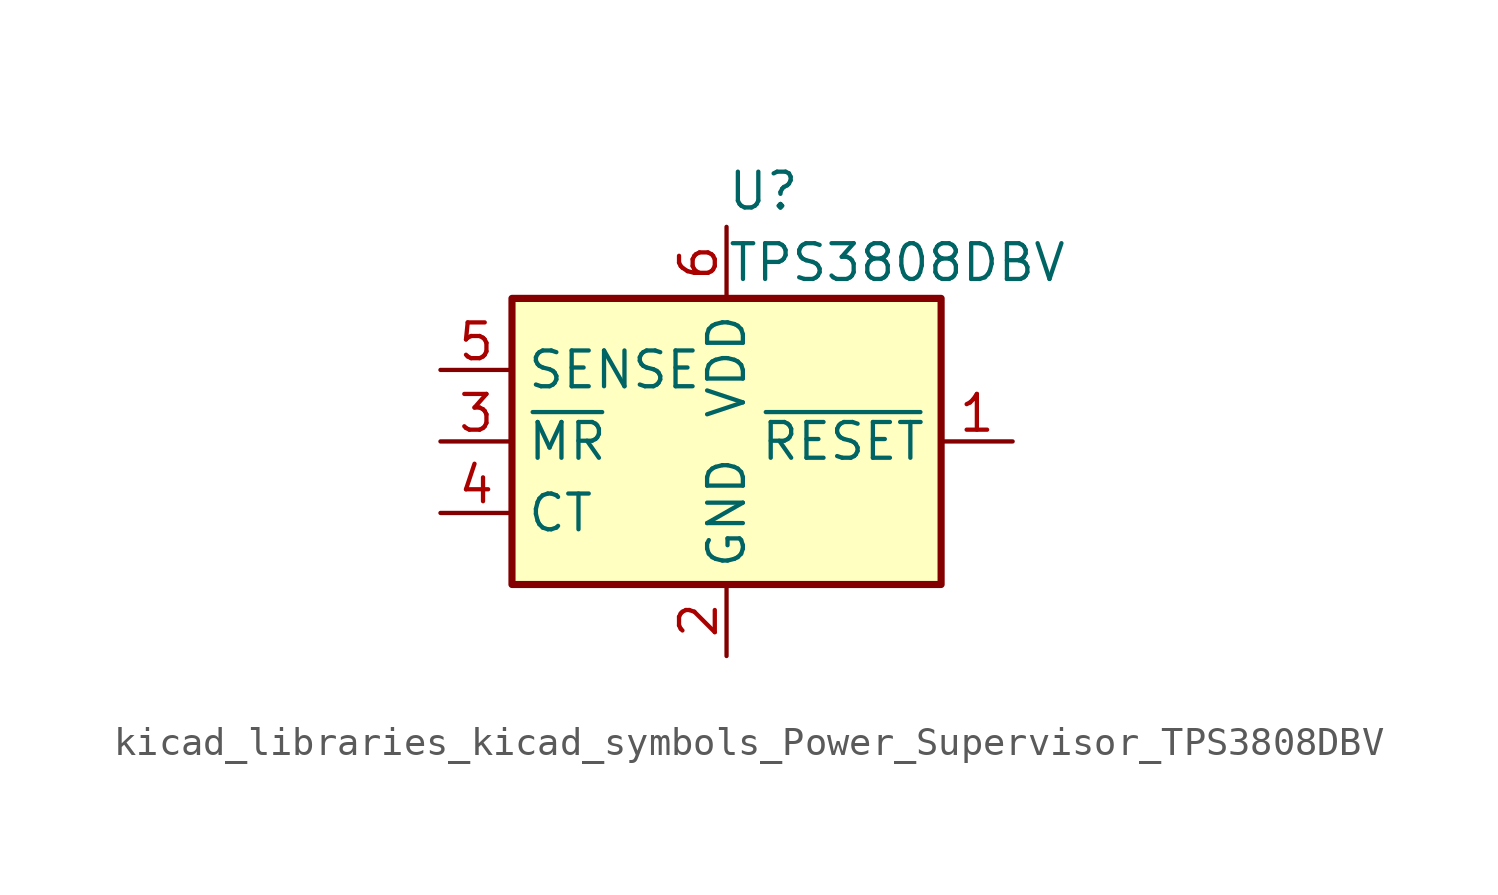
<source format=kicad_sym>
(kicad_symbol_lib
  (version 20220914)
  (generator kicad_symbol_editor)
  (symbol "kicad_libraries_kicad_symbols_Power_Supervisor_TPS3808DBV"
    (property "Reference" "U"
      (at 0 8.89 0)
      (effects (font (size 1.27 1.27)) (justify left)))
    (property "Value" "TPS3808DBV"
      (at 0 6.35 0)
      (effects (font (size 1.27 1.27)) (justify left)))
    (symbol "kicad_libraries_kicad_symbols_Power_Supervisor_TPS3808DBV_0_1"
      (rectangle (start -7.62 5.08) (end 7.62 -5.08) (stroke (width 0.254) (type default)) (fill (type background))))
    (symbol "kicad_libraries_kicad_symbols_Power_Supervisor_TPS3808DBV_1_1"
      (pin output line (at 10.16 0 180) (length 2.54) (name "~{RESET}" (effects (font (size 1.27 1.27)))) (number "1" (effects (font (size 1.27 1.27)))))
      (pin power_in line (at 0 -7.62 90) (length 2.54) (name "GND" (effects (font (size 1.27 1.27)))) (number "2" (effects (font (size 1.27 1.27)))))
      (pin input line (at -10.16 0 0) (length 2.54) (name "~{MR}" (effects (font (size 1.27 1.27)))) (number "3" (effects (font (size 1.27 1.27)))))
      (pin input line (at -10.16 -2.54 0) (length 2.54) (name "CT" (effects (font (size 1.27 1.27)))) (number "4" (effects (font (size 1.27 1.27)))))
      (pin input line (at -10.16 2.54 0) (length 2.54) (name "SENSE" (effects (font (size 1.27 1.27)))) (number "5" (effects (font (size 1.27 1.27)))))
      (pin power_in line (at 0 7.62 270) (length 2.54) (name "VDD" (effects (font (size 1.27 1.27)))) (number "6" (effects (font (size 1.27 1.27))))))))
</source>
